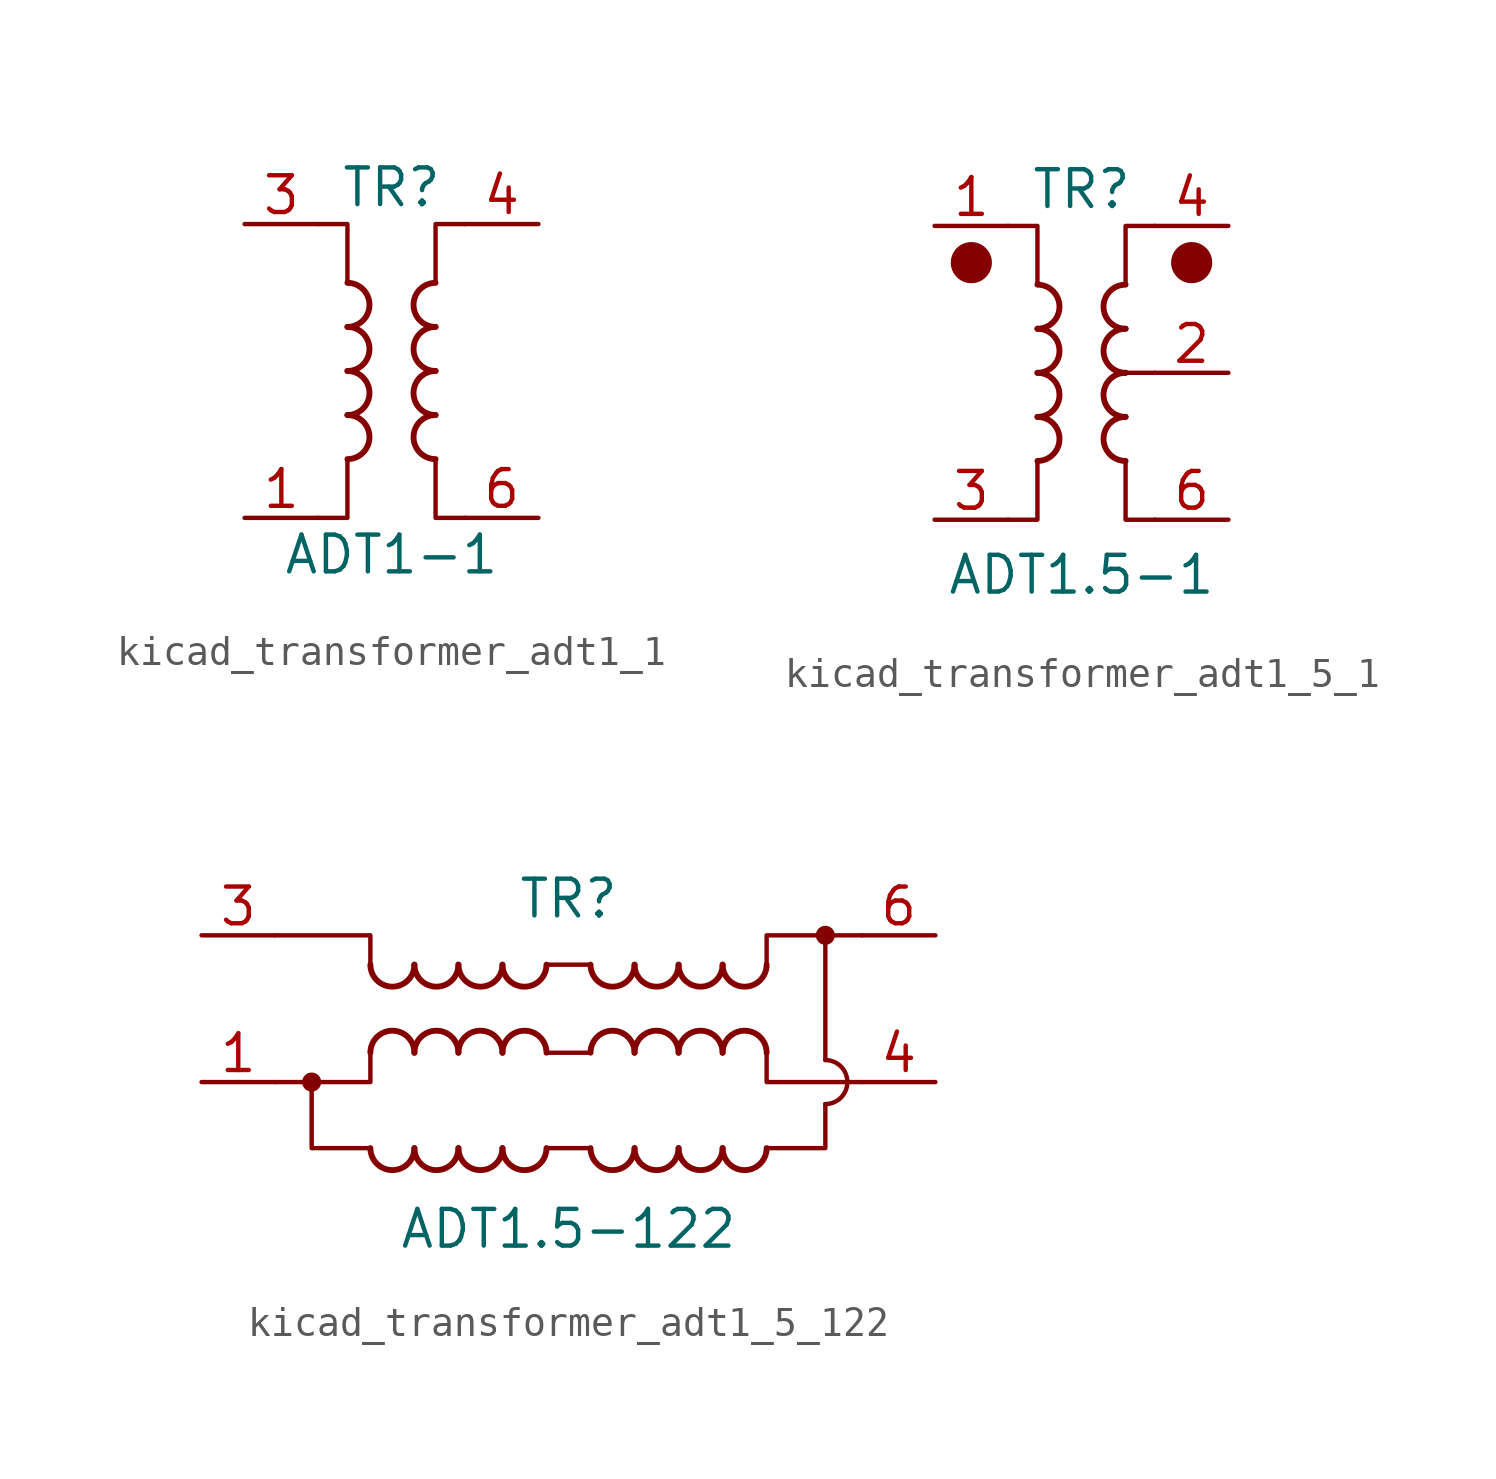
<source format=kicad_sym>
(kicad_symbol_lib
  (version 20220914)
  (generator kicad_symbol_editor)
  (symbol "kicad_transformer_adt1_1"
    (pin_names hide)
    (property "Reference" "TR"
      (at 0 6.35 0)
      (effects (font (size 1.27 1.27))))
    (property "Value" "ADT1-1"
      (at 0 -6.35 0)
      (effects (font (size 1.27 1.27))))
    (symbol "kicad_transformer_adt1_1_0_1"
      (arc (start -1.524 -3.048) (mid -0.7653 -2.286) (end -1.524 -1.524) (stroke (width 0.2032) (type default)) (fill (type none)))
      (arc (start -1.524 -1.524) (mid -0.7653 -0.762) (end -1.524 0) (stroke (width 0.2032) (type default)) (fill (type none)))
      (arc (start -1.524 0) (mid -0.7653 0.762) (end -1.524 1.524) (stroke (width 0.2032) (type default)) (fill (type none)))
      (arc (start -1.524 1.524) (mid -0.7653 2.286) (end -1.524 3.048) (stroke (width 0.2032) (type default)) (fill (type none)))
      (polyline (pts (xy -2.54 5.08) (xy -1.524 5.08) (xy -1.524 3.048)) (stroke (width 0.152) (type default)) (fill (type none)))
      (polyline (pts (xy -1.524 -3.048) (xy -1.524 -5.08) (xy -2.54 -5.08)) (stroke (width 0.152) (type default)) (fill (type none)))
      (polyline (pts (xy 1.524 3.048) (xy 1.524 5.08) (xy 2.54 5.08)) (stroke (width 0.152) (type default)) (fill (type none)))
      (polyline (pts (xy 2.54 -5.08) (xy 1.524 -5.08) (xy 1.524 -3.048)) (stroke (width 0.152) (type default)) (fill (type none)))
      (arc (start 1.524 -1.524) (mid 0.7653 -2.286) (end 1.524 -3.048) (stroke (width 0.2032) (type default)) (fill (type none)))
      (arc (start 1.524 0) (mid 0.7653 -0.762) (end 1.524 -1.524) (stroke (width 0.2032) (type default)) (fill (type none)))
      (arc (start 1.524 1.524) (mid 0.7653 0.762) (end 1.524 0) (stroke (width 0.2032) (type default)) (fill (type none)))
      (arc (start 1.524 3.048) (mid 0.7653 2.286) (end 1.524 1.524) (stroke (width 0.2032) (type default)) (fill (type none))))
    (symbol "kicad_transformer_adt1_1_1_1"
      (pin passive line (at -5.08 -5.08 0) (length 2.54) (name "~" (effects (font (size 1.27 1.27)))) (number "1" (effects (font (size 1.27 1.27)))))
      (pin passive line (at -5.08 5.08 0) (length 2.54) (name "~" (effects (font (size 1.27 1.27)))) (number "3" (effects (font (size 1.27 1.27)))))
      (pin passive line (at 5.08 5.08 180) (length 2.54) (name "~" (effects (font (size 1.27 1.27)))) (number "4" (effects (font (size 1.27 1.27)))))
      (pin passive line (at 5.08 -5.08 180) (length 2.54) (name "~" (effects (font (size 1.27 1.27)))) (number "6" (effects (font (size 1.27 1.27)))))))
  (symbol "kicad_transformer_adt1_5_1"
    (pin_names hide)
    (property "Reference" "TR"
      (at 0 6.35 0)
      (effects (font (size 1.27 1.27))))
    (property "Value" "ADT1.5-1"
      (at 0 -6.985 0)
      (effects (font (size 1.27 1.27))))
    (symbol "kicad_transformer_adt1_5_1_0_1"
      (circle (center -3.81 3.81) (radius 0.635) (stroke (width 0) (type default)) (fill (type outline)))
      (arc (start -1.524 -3.048) (mid -0.7653 -2.286) (end -1.524 -1.524) (stroke (width 0.2032) (type default)) (fill (type none)))
      (arc (start -1.524 -1.524) (mid -0.7653 -0.762) (end -1.524 0) (stroke (width 0.2032) (type default)) (fill (type none)))
      (arc (start -1.524 0) (mid -0.7653 0.762) (end -1.524 1.524) (stroke (width 0.2032) (type default)) (fill (type none)))
      (arc (start -1.524 1.524) (mid -0.7653 2.286) (end -1.524 3.048) (stroke (width 0.2032) (type default)) (fill (type none)))
      (polyline (pts (xy 2.54 0) (xy 1.27 0)) (stroke (width 0.152) (type default)) (fill (type none)))
      (polyline (pts (xy -2.54 5.08) (xy -1.524 5.08) (xy -1.524 3.048)) (stroke (width 0.152) (type default)) (fill (type none)))
      (polyline (pts (xy -1.524 -3.048) (xy -1.524 -5.08) (xy -2.54 -5.08)) (stroke (width 0.152) (type default)) (fill (type none)))
      (polyline (pts (xy 1.524 3.048) (xy 1.524 5.08) (xy 2.54 5.08)) (stroke (width 0.152) (type default)) (fill (type none)))
      (polyline (pts (xy 2.54 -5.08) (xy 1.524 -5.08) (xy 1.524 -3.048)) (stroke (width 0.152) (type default)) (fill (type none)))
      (arc (start 1.524 -1.524) (mid 0.7653 -2.286) (end 1.524 -3.048) (stroke (width 0.2032) (type default)) (fill (type none)))
      (arc (start 1.524 0) (mid 0.7653 -0.762) (end 1.524 -1.524) (stroke (width 0.2032) (type default)) (fill (type none)))
      (arc (start 1.524 1.524) (mid 0.7653 0.762) (end 1.524 0) (stroke (width 0.2032) (type default)) (fill (type none)))
      (arc (start 1.524 3.048) (mid 0.7653 2.286) (end 1.524 1.524) (stroke (width 0.2032) (type default)) (fill (type none)))
      (circle (center 3.81 3.81) (radius 0.635) (stroke (width 0) (type default)) (fill (type outline))))
    (symbol "kicad_transformer_adt1_5_1_1_1"
      (pin passive line (at -5.08 5.08 0) (length 2.54) (name "~" (effects (font (size 1.27 1.27)))) (number "1" (effects (font (size 1.27 1.27)))))
      (pin passive line (at 5.08 0 180) (length 2.54) (name "~" (effects (font (size 1.27 1.27)))) (number "2" (effects (font (size 1.27 1.27)))))
      (pin passive line (at -5.08 -5.08 0) (length 2.54) (name "~" (effects (font (size 1.27 1.27)))) (number "3" (effects (font (size 1.27 1.27)))))
      (pin passive line (at 5.08 5.08 180) (length 2.54) (name "~" (effects (font (size 1.27 1.27)))) (number "4" (effects (font (size 1.27 1.27)))))
      (pin no_connect line (at -2.54 0 0) (length 2.54) hide (name "~" (effects (font (size 1.27 1.27)))) (number "5" (effects (font (size 1.27 1.27)))))
      (pin passive line (at 5.08 -5.08 180) (length 2.54) (name "~" (effects (font (size 1.27 1.27)))) (number "6" (effects (font (size 1.27 1.27)))))))
  (symbol "kicad_transformer_adt1_5_122"
    (pin_names hide)
    (property "Reference" "TR"
      (at 0 3.81 0)
      (effects (font (size 1.27 1.27))))
    (property "Value" "ADT1.5-122"
      (at 0 -7.62 0)
      (effects (font (size 1.27 1.27))))
    (symbol "kicad_transformer_adt1_5_122_0_1"
      (circle (center -8.89 -2.54) (radius 0.254) (stroke (width 0) (type default)) (fill (type outline)))
      (arc (start -6.858 -4.826) (mid -6.096 -5.5847) (end -5.334 -4.826) (stroke (width 0.2032) (type default)) (fill (type none)))
      (arc (start -6.858 1.524) (mid -6.096 0.7653) (end -5.334 1.524) (stroke (width 0.2032) (type default)) (fill (type none)))
      (arc (start -5.334 -4.826) (mid -4.572 -5.5847) (end -3.81 -4.826) (stroke (width 0.2032) (type default)) (fill (type none)))
      (arc (start -5.334 -1.524) (mid -6.096 -0.7653) (end -6.858 -1.524) (stroke (width 0.2032) (type default)) (fill (type none)))
      (arc (start -5.334 1.524) (mid -4.572 0.7653) (end -3.81 1.524) (stroke (width 0.2032) (type default)) (fill (type none)))
      (arc (start -3.81 -4.826) (mid -3.048 -5.5847) (end -2.286 -4.826) (stroke (width 0.2032) (type default)) (fill (type none)))
      (arc (start -3.81 -1.524) (mid -4.572 -0.7653) (end -5.334 -1.524) (stroke (width 0.2032) (type default)) (fill (type none)))
      (arc (start -3.81 1.524) (mid -3.048 0.7653) (end -2.286 1.524) (stroke (width 0.2032) (type default)) (fill (type none)))
      (arc (start -2.286 -4.826) (mid -1.524 -5.5847) (end -0.762 -4.826) (stroke (width 0.2032) (type default)) (fill (type none)))
      (arc (start -2.286 -1.524) (mid -3.048 -0.7653) (end -3.81 -1.524) (stroke (width 0.2032) (type default)) (fill (type none)))
      (arc (start -2.286 1.524) (mid -1.524 0.7653) (end -0.762 1.524) (stroke (width 0.2032) (type default)) (fill (type none)))
      (arc (start -0.762 -1.524) (mid -1.524 -0.7653) (end -2.286 -1.524) (stroke (width 0.2032) (type default)) (fill (type none)))
      (polyline (pts (xy -0.762 -1.524) (xy 0.762 -1.524)) (stroke (width 0) (type default)) (fill (type none)))
      (polyline (pts (xy -0.762 1.524) (xy 0.762 1.524)) (stroke (width 0) (type default)) (fill (type none)))
      (polyline (pts (xy 0.762 -4.826) (xy -0.762 -4.826)) (stroke (width 0) (type default)) (fill (type none)))
      (polyline (pts (xy 8.89 -1.778) (xy 8.89 2.54)) (stroke (width 0) (type default)) (fill (type none)))
      (polyline (pts (xy -6.858 -4.826) (xy -8.89 -4.826) (xy -8.89 -2.54)) (stroke (width 0) (type default)) (fill (type none)))
      (polyline (pts (xy -6.858 -1.524) (xy -6.858 -2.54) (xy -10.16 -2.54)) (stroke (width 0) (type default)) (fill (type none)))
      (polyline (pts (xy -6.858 1.524) (xy -6.858 2.54) (xy -10.16 2.54)) (stroke (width 0) (type default)) (fill (type none)))
      (polyline (pts (xy 6.858 -4.826) (xy 8.89 -4.826) (xy 8.89 -3.302)) (stroke (width 0) (type default)) (fill (type none)))
      (polyline (pts (xy 6.858 -1.524) (xy 6.858 -2.54) (xy 10.16 -2.54)) (stroke (width 0) (type default)) (fill (type none)))
      (polyline (pts (xy 6.858 1.524) (xy 6.858 2.54) (xy 10.16 2.54)) (stroke (width 0) (type default)) (fill (type none)))
      (arc (start 0.762 -4.826) (mid 1.524 -5.5847) (end 2.286 -4.826) (stroke (width 0.2032) (type default)) (fill (type none)))
      (arc (start 0.762 1.524) (mid 1.524 0.7653) (end 2.286 1.524) (stroke (width 0.2032) (type default)) (fill (type none)))
      (arc (start 2.286 -4.826) (mid 3.048 -5.5847) (end 3.81 -4.826) (stroke (width 0.2032) (type default)) (fill (type none)))
      (arc (start 2.286 -1.524) (mid 1.524 -0.7653) (end 0.762 -1.524) (stroke (width 0.2032) (type default)) (fill (type none)))
      (arc (start 2.286 1.524) (mid 3.048 0.7653) (end 3.81 1.524) (stroke (width 0.2032) (type default)) (fill (type none)))
      (arc (start 3.81 -4.826) (mid 4.572 -5.5847) (end 5.334 -4.826) (stroke (width 0.2032) (type default)) (fill (type none)))
      (arc (start 3.81 -1.524) (mid 3.048 -0.7653) (end 2.286 -1.524) (stroke (width 0.2032) (type default)) (fill (type none)))
      (arc (start 3.81 1.524) (mid 4.572 0.7653) (end 5.334 1.524) (stroke (width 0.2032) (type default)) (fill (type none)))
      (arc (start 5.334 -4.826) (mid 6.096 -5.5847) (end 6.858 -4.826) (stroke (width 0.2032) (type default)) (fill (type none)))
      (arc (start 5.334 -1.524) (mid 4.572 -0.7653) (end 3.81 -1.524) (stroke (width 0.2032) (type default)) (fill (type none)))
      (arc (start 5.334 1.524) (mid 6.096 0.7653) (end 6.858 1.524) (stroke (width 0.2032) (type default)) (fill (type none)))
      (arc (start 6.858 -1.524) (mid 6.096 -0.7653) (end 5.334 -1.524) (stroke (width 0.2032) (type default)) (fill (type none)))
      (arc (start 8.89 -3.302) (mid 9.6487 -2.54) (end 8.89 -1.778) (stroke (width 0) (type default)) (fill (type none)))
      (circle (center 8.89 2.54) (radius 0.254) (stroke (width 0) (type default)) (fill (type outline))))
    (symbol "kicad_transformer_adt1_5_122_1_1"
      (pin passive line (at -12.7 -2.54 0) (length 2.54) (name "~" (effects (font (size 1.27 1.27)))) (number "1" (effects (font (size 1.27 1.27)))))
      (pin passive line (at -12.7 -2.54 0) (length 2.54) hide (name "~" (effects (font (size 1.27 1.27)))) (number "2" (effects (font (size 1.27 1.27)))))
      (pin passive line (at -12.7 2.54 0) (length 2.54) (name "~" (effects (font (size 1.27 1.27)))) (number "3" (effects (font (size 1.27 1.27)))))
      (pin passive line (at 12.7 -2.54 180) (length 2.54) (name "~" (effects (font (size 1.27 1.27)))) (number "4" (effects (font (size 1.27 1.27)))))
      (pin passive line (at 12.7 2.54 180) (length 2.54) (name "~" (effects (font (size 1.27 1.27)))) (number "6" (effects (font (size 1.27 1.27))))))))
</source>
